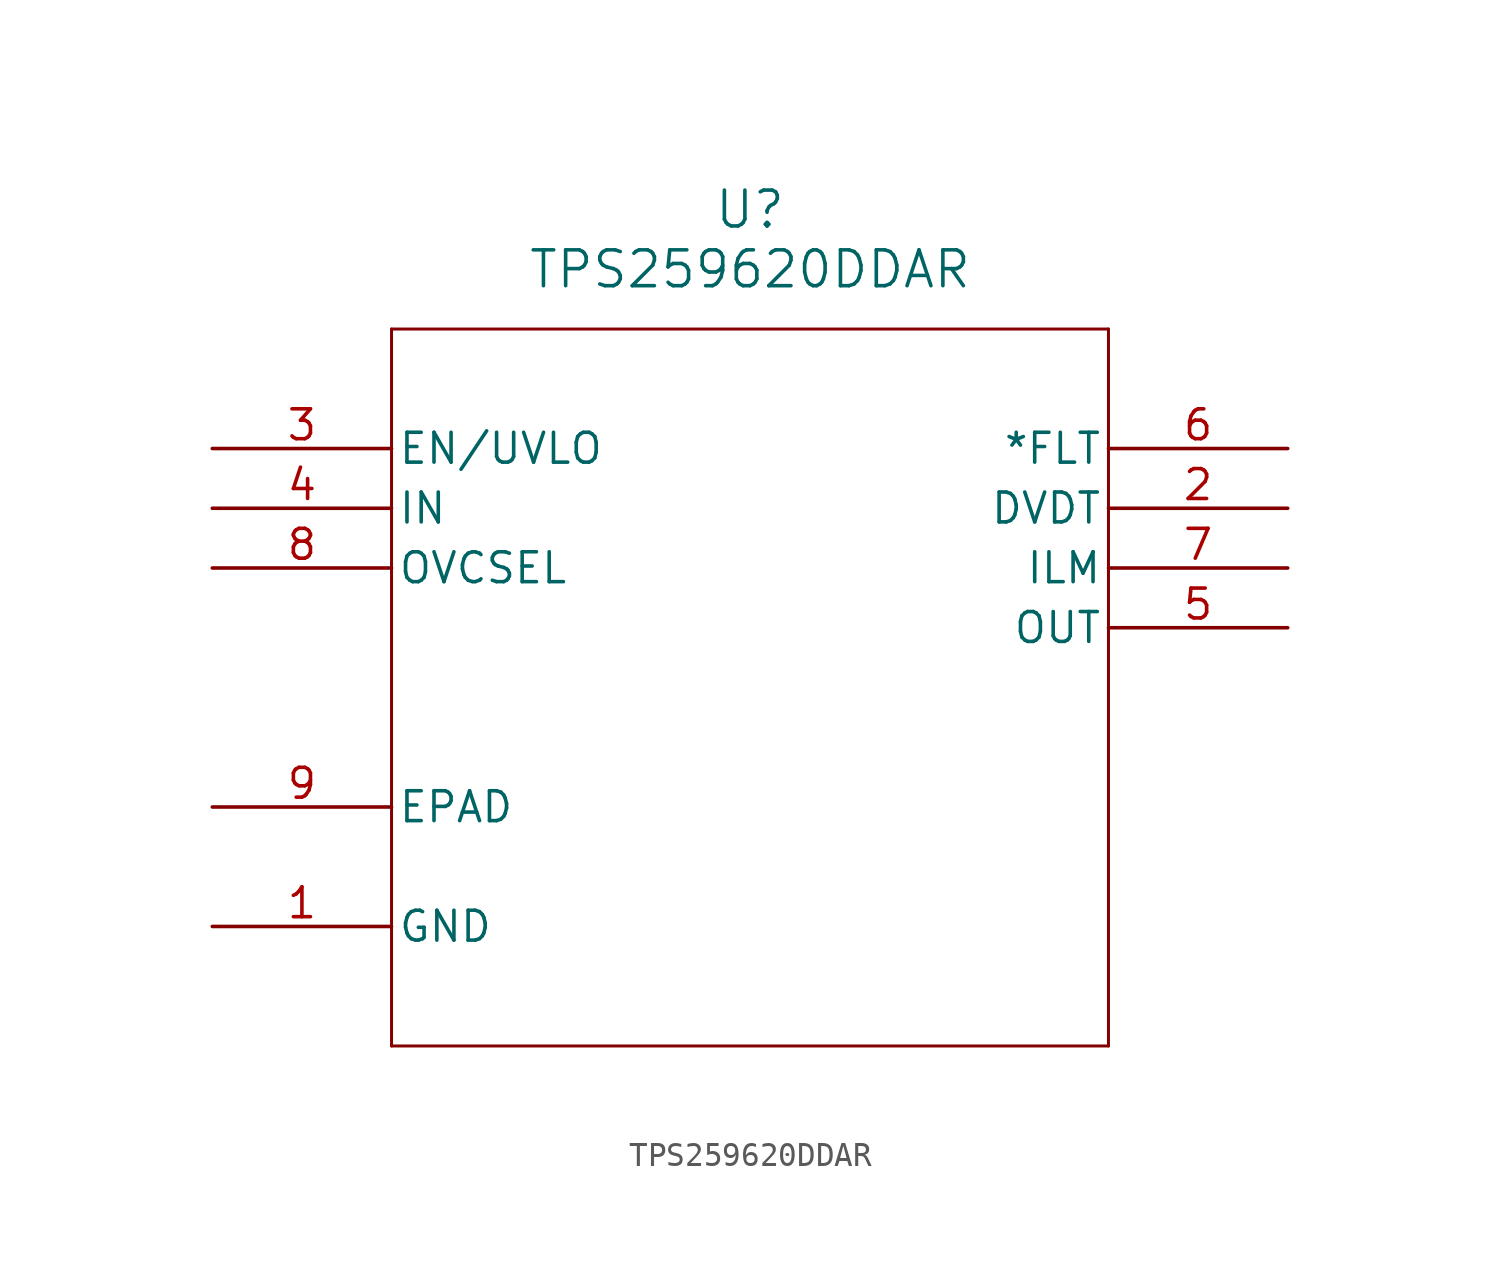
<source format=kicad_sym>
(kicad_symbol_lib
  (version 20231120)
  (generator "kicad_symbol_editor")
  (generator_version "8.0")
  (symbol "TPS259620DDAR"
    (pin_names
      (offset 0.254))
    (property "Reference" "U"
      (at 22.86 10.16 0)
      (effects (font (size 1.524 1.524))))
    (property "Value" "TPS259620DDAR"
      (at 22.86 7.62 0)
      (effects (font (size 1.524 1.524))))
    (property "ki_locked" ""
      (at 0 0 0)
      (effects (font (size 1.27 1.27))))
    (symbol "TPS259620DDAR_0_1"
      (polyline (pts (xy 7.62 -25.4) (xy 38.1 -25.4)) (stroke (width 0.127) (type default)) (fill (type none)))
      (polyline (pts (xy 7.62 5.08) (xy 7.62 -25.4)) (stroke (width 0.127) (type default)) (fill (type none)))
      (polyline (pts (xy 38.1 -25.4) (xy 38.1 5.08)) (stroke (width 0.127) (type default)) (fill (type none)))
      (polyline (pts (xy 38.1 5.08) (xy 7.62 5.08)) (stroke (width 0.127) (type default)) (fill (type none)))
      (pin power_in line (at 0 -20.32 0) (length 7.62) (name "GND" (effects (font (size 1.27 1.27)))) (number "1" (effects (font (size 1.27 1.27)))))
      (pin output line (at 45.72 -2.54 180) (length 7.62) (name "DVDT" (effects (font (size 1.27 1.27)))) (number "2" (effects (font (size 1.27 1.27)))))
      (pin input line (at 0 0 0) (length 7.62) (name "EN/UVLO" (effects (font (size 1.27 1.27)))) (number "3" (effects (font (size 1.27 1.27)))))
      (pin power_in line (at 0 -2.54 0) (length 7.62) (name "IN" (effects (font (size 1.27 1.27)))) (number "4" (effects (font (size 1.27 1.27)))))
      (pin power_in line (at 45.72 -7.62 180) (length 7.62) (name "OUT" (effects (font (size 1.27 1.27)))) (number "5" (effects (font (size 1.27 1.27)))))
      (pin output line (at 45.72 0 180) (length 7.62) (name "*FLT" (effects (font (size 1.27 1.27)))) (number "6" (effects (font (size 1.27 1.27)))))
      (pin output line (at 45.72 -5.08 180) (length 7.62) (name "ILM" (effects (font (size 1.27 1.27)))) (number "7" (effects (font (size 1.27 1.27)))))
      (pin input line (at 0 -5.08 0) (length 7.62) (name "OVCSEL" (effects (font (size 1.27 1.27)))) (number "8" (effects (font (size 1.27 1.27)))))
      (pin power_in line (at 0 -15.24 0) (length 7.62) (name "EPAD" (effects (font (size 1.27 1.27)))) (number "9" (effects (font (size 1.27 1.27))))))))
</source>
